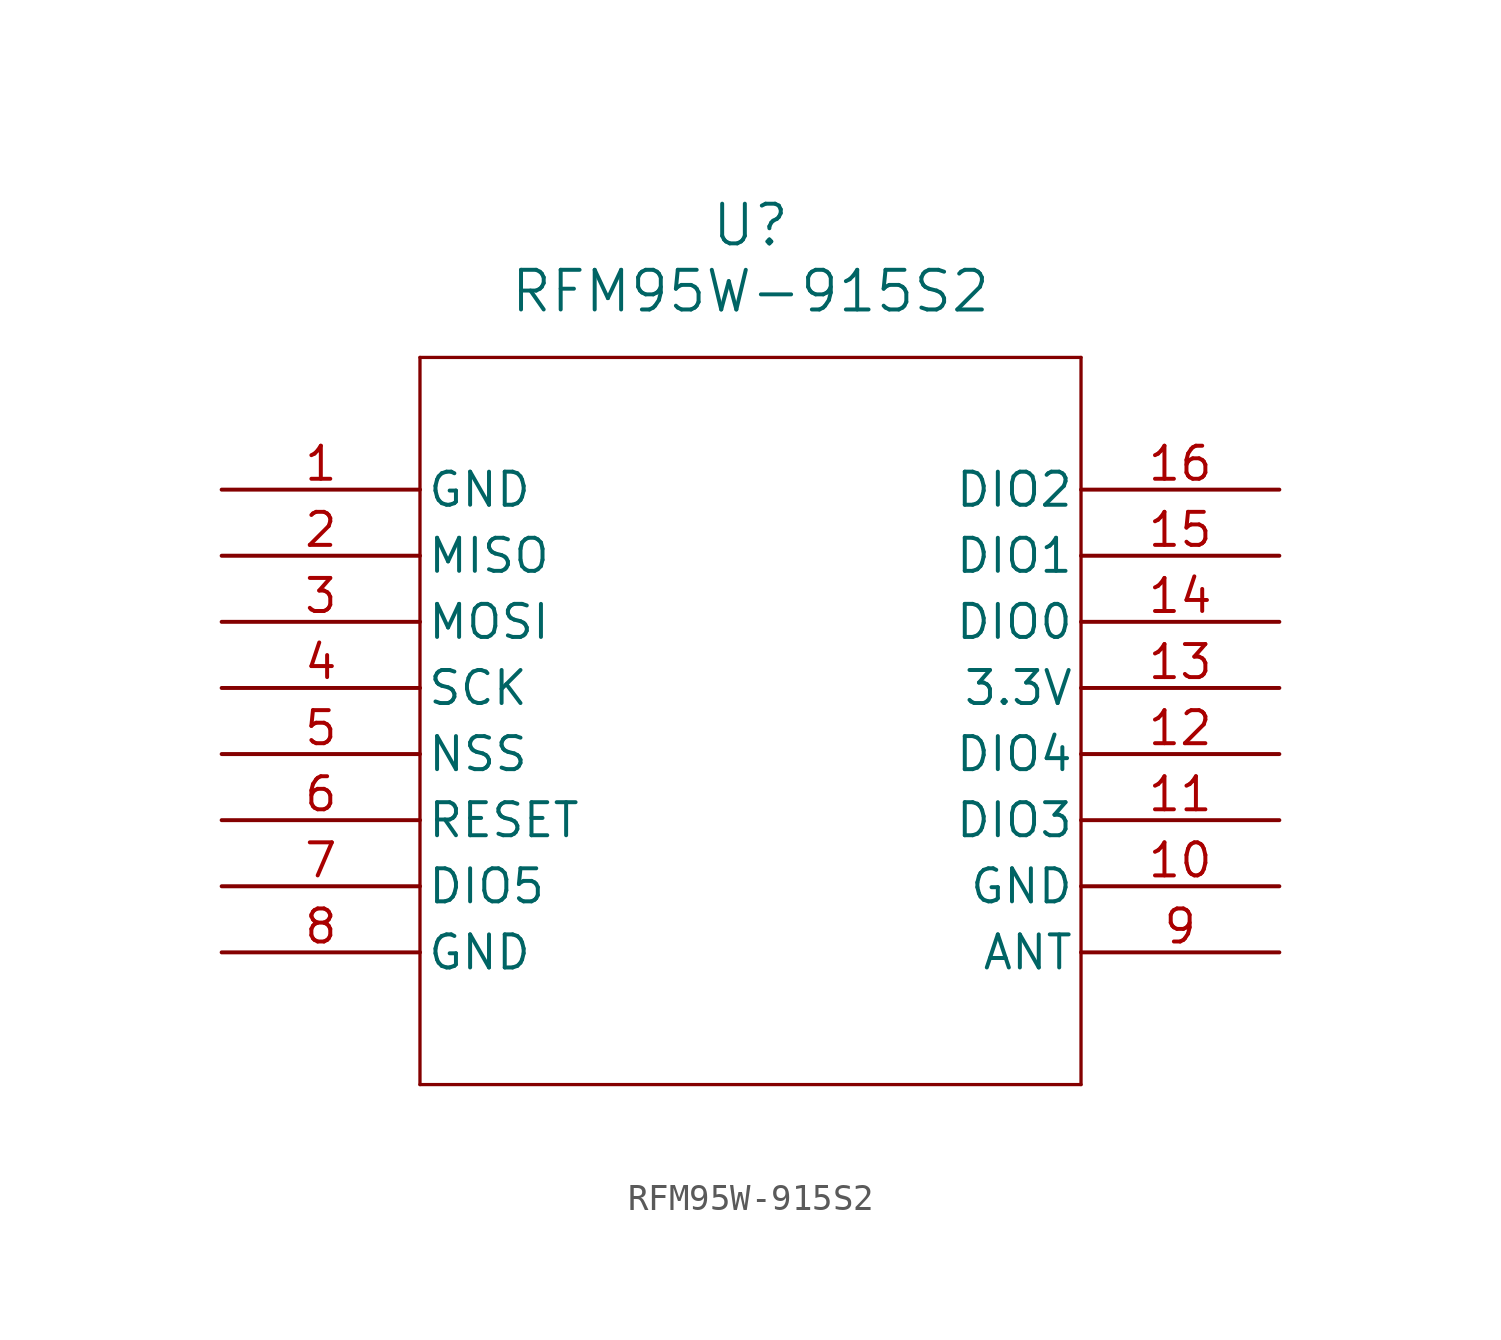
<source format=kicad_sym>
(kicad_symbol_lib
  (version 20211014)
  (generator kicad_symbol_editor)
  (symbol "RFM95W-915S2"
    (pin_names
      (offset 0.254))
    (property "Reference" "U"
      (at 20.32 10.16 0)
      (effects (font (size 1.524 1.524))))
    (property "Value" "RFM95W-915S2"
      (at 20.32 7.62 0)
      (effects (font (size 1.524 1.524))))
    (polyline
      (pts (xy 7.62 5.08) (xy 7.62 -22.86))
      (stroke (width 0.127) (type default) (color 0 0 0 0))
      (fill (type none)))
    (polyline
      (pts (xy 7.62 -22.86) (xy 33.02 -22.86))
      (stroke (width 0.127) (type default) (color 0 0 0 0))
      (fill (type none)))
    (polyline
      (pts (xy 33.02 -22.86) (xy 33.02 5.08))
      (stroke (width 0.127) (type default) (color 0 0 0 0))
      (fill (type none)))
    (polyline
      (pts (xy 33.02 5.08) (xy 7.62 5.08))
      (stroke (width 0.127) (type default) (color 0 0 0 0))
      (fill (type none)))
    (pin power_out line
      (at 0 0 0)
      (length 7.62)
      (name "GND" (effects (font (size 1.27 1.27))))
      (number "1" (effects (font (size 1.27 1.27)))))
    (pin unspecified line
      (at 0 -2.54 0)
      (length 7.62)
      (name "MISO" (effects (font (size 1.27 1.27))))
      (number "2" (effects (font (size 1.27 1.27)))))
    (pin unspecified line
      (at 0 -5.08 0)
      (length 7.62)
      (name "MOSI" (effects (font (size 1.27 1.27))))
      (number "3" (effects (font (size 1.27 1.27)))))
    (pin unspecified line
      (at 0 -7.62 0)
      (length 7.62)
      (name "SCK" (effects (font (size 1.27 1.27))))
      (number "4" (effects (font (size 1.27 1.27)))))
    (pin unspecified line
      (at 0 -10.16 0)
      (length 7.62)
      (name "NSS" (effects (font (size 1.27 1.27))))
      (number "5" (effects (font (size 1.27 1.27)))))
    (pin unspecified line
      (at 0 -12.7 0)
      (length 7.62)
      (name "RESET" (effects (font (size 1.27 1.27))))
      (number "6" (effects (font (size 1.27 1.27)))))
    (pin bidirectional line
      (at 0 -15.24 0)
      (length 7.62)
      (name "DIO5" (effects (font (size 1.27 1.27))))
      (number "7" (effects (font (size 1.27 1.27)))))
    (pin power_out line
      (at 0 -17.78 0)
      (length 7.62)
      (name "GND" (effects (font (size 1.27 1.27))))
      (number "8" (effects (font (size 1.27 1.27)))))
    (pin unspecified line
      (at 40.64 -17.78 180)
      (length 7.62)
      (name "ANT" (effects (font (size 1.27 1.27))))
      (number "9" (effects (font (size 1.27 1.27)))))
    (pin power_out line
      (at 40.64 -15.24 180)
      (length 7.62)
      (name "GND" (effects (font (size 1.27 1.27))))
      (number "10" (effects (font (size 1.27 1.27)))))
    (pin bidirectional line
      (at 40.64 -12.7 180)
      (length 7.62)
      (name "DIO3" (effects (font (size 1.27 1.27))))
      (number "11" (effects (font (size 1.27 1.27)))))
    (pin bidirectional line
      (at 40.64 -10.16 180)
      (length 7.62)
      (name "DIO4" (effects (font (size 1.27 1.27))))
      (number "12" (effects (font (size 1.27 1.27)))))
    (pin unspecified line
      (at 40.64 -7.62 180)
      (length 7.62)
      (name "3.3V" (effects (font (size 1.27 1.27))))
      (number "13" (effects (font (size 1.27 1.27)))))
    (pin bidirectional line
      (at 40.64 -5.08 180)
      (length 7.62)
      (name "DIO0" (effects (font (size 1.27 1.27))))
      (number "14" (effects (font (size 1.27 1.27)))))
    (pin bidirectional line
      (at 40.64 -2.54 180)
      (length 7.62)
      (name "DIO1" (effects (font (size 1.27 1.27))))
      (number "15" (effects (font (size 1.27 1.27)))))
    (pin bidirectional line
      (at 40.64 0 180)
      (length 7.62)
      (name "DIO2" (effects (font (size 1.27 1.27))))
      (number "16" (effects (font (size 1.27 1.27)))))))
</source>
